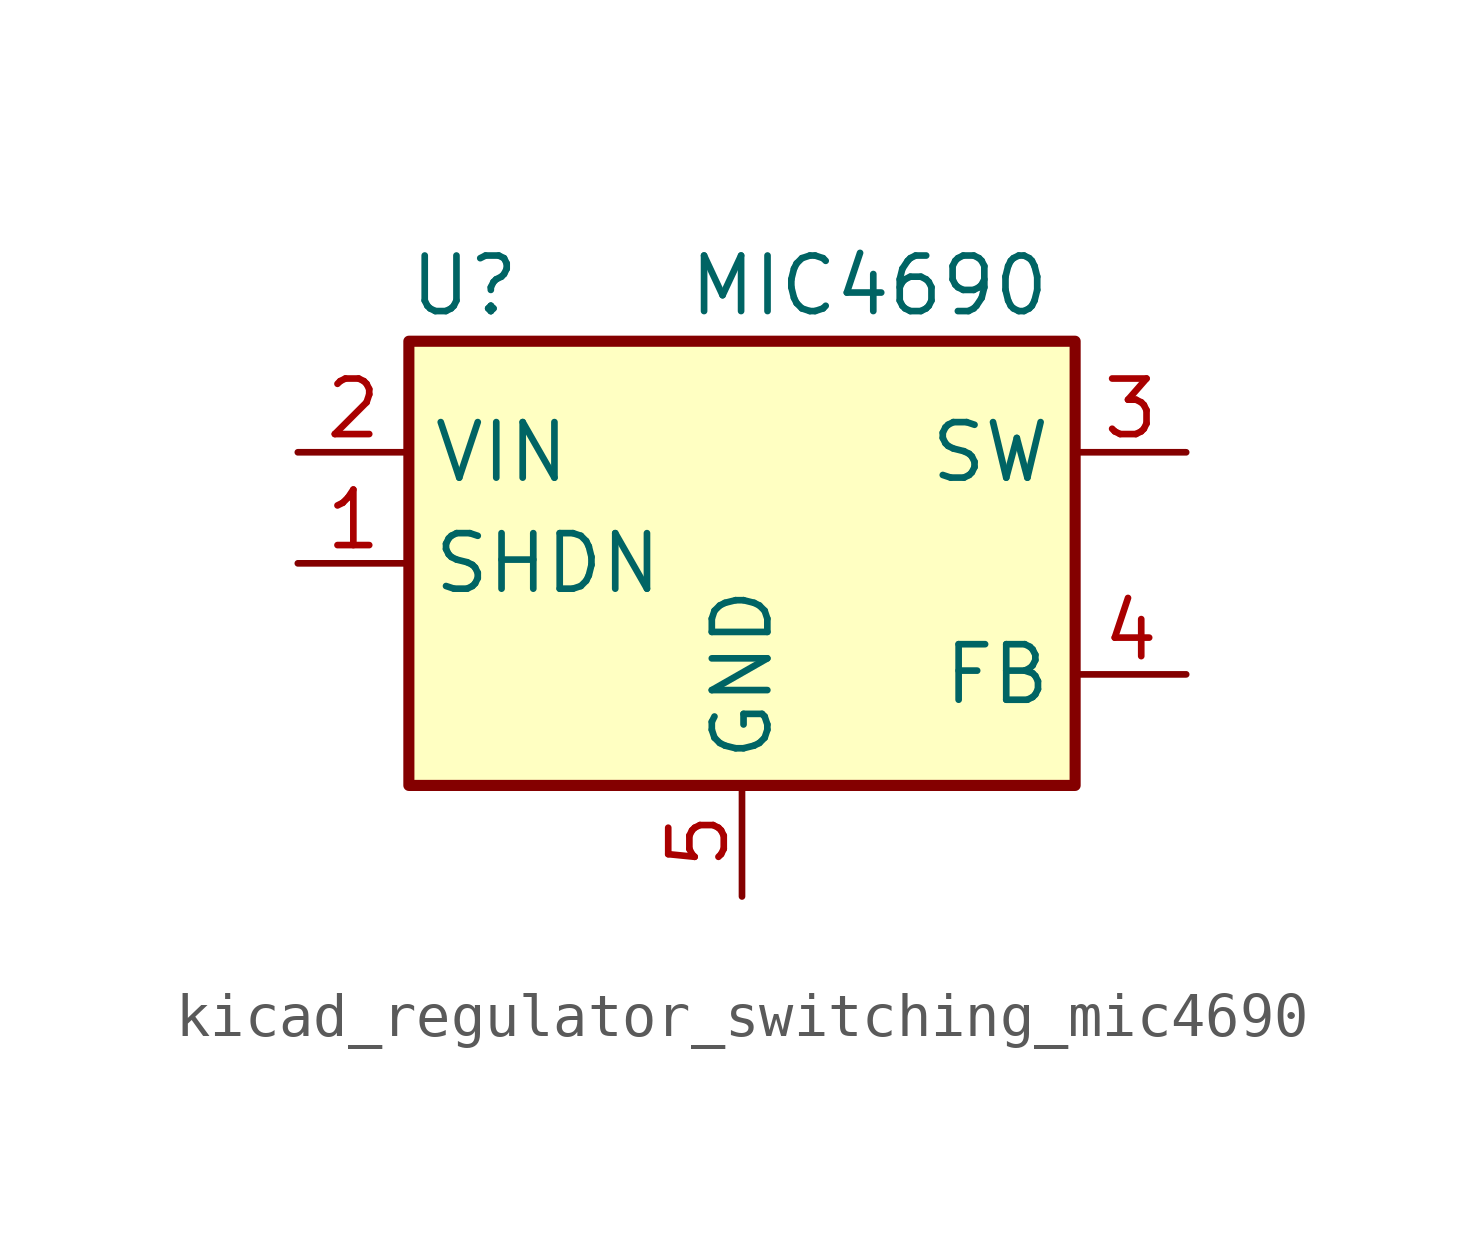
<source format=kicad_sym>
(kicad_symbol_lib
  (version 20220914)
  (generator kicad_symbol_editor)
  (symbol "kicad_regulator_switching_mic4690"
    (property "Reference" "U"
      (at -6.35 6.35 0)
      (effects (font (size 1.27 1.27))))
    (property "Value" "MIC4690"
      (at -1.27 6.35 0)
      (effects (font (size 1.27 1.27)) (justify left)))
    (symbol "kicad_regulator_switching_mic4690_0_1"
      (rectangle (start -7.62 5.08) (end 7.62 -5.08) (stroke (width 0.254) (type default)) (fill (type background))))
    (symbol "kicad_regulator_switching_mic4690_1_1"
      (pin input line (at -10.16 0 0) (length 2.54) (name "SHDN" (effects (font (size 1.27 1.27)))) (number "1" (effects (font (size 1.27 1.27)))))
      (pin power_in line (at -10.16 2.54 0) (length 2.54) (name "VIN" (effects (font (size 1.27 1.27)))) (number "2" (effects (font (size 1.27 1.27)))))
      (pin power_out line (at 10.16 2.54 180) (length 2.54) (name "SW" (effects (font (size 1.27 1.27)))) (number "3" (effects (font (size 1.27 1.27)))))
      (pin input line (at 10.16 -2.54 180) (length 2.54) (name "FB" (effects (font (size 1.27 1.27)))) (number "4" (effects (font (size 1.27 1.27)))))
      (pin power_in line (at 0 -7.62 90) (length 2.54) (name "GND" (effects (font (size 1.27 1.27)))) (number "5" (effects (font (size 1.27 1.27)))))
      (pin passive line (at 0 -7.62 90) (length 2.54) hide (name "GND" (effects (font (size 1.27 1.27)))) (number "6" (effects (font (size 1.27 1.27)))))
      (pin passive line (at 0 -7.62 90) (length 2.54) hide (name "GND" (effects (font (size 1.27 1.27)))) (number "7" (effects (font (size 1.27 1.27)))))
      (pin passive line (at 0 -7.62 90) (length 2.54) hide (name "GND" (effects (font (size 1.27 1.27)))) (number "8" (effects (font (size 1.27 1.27))))))))
</source>
